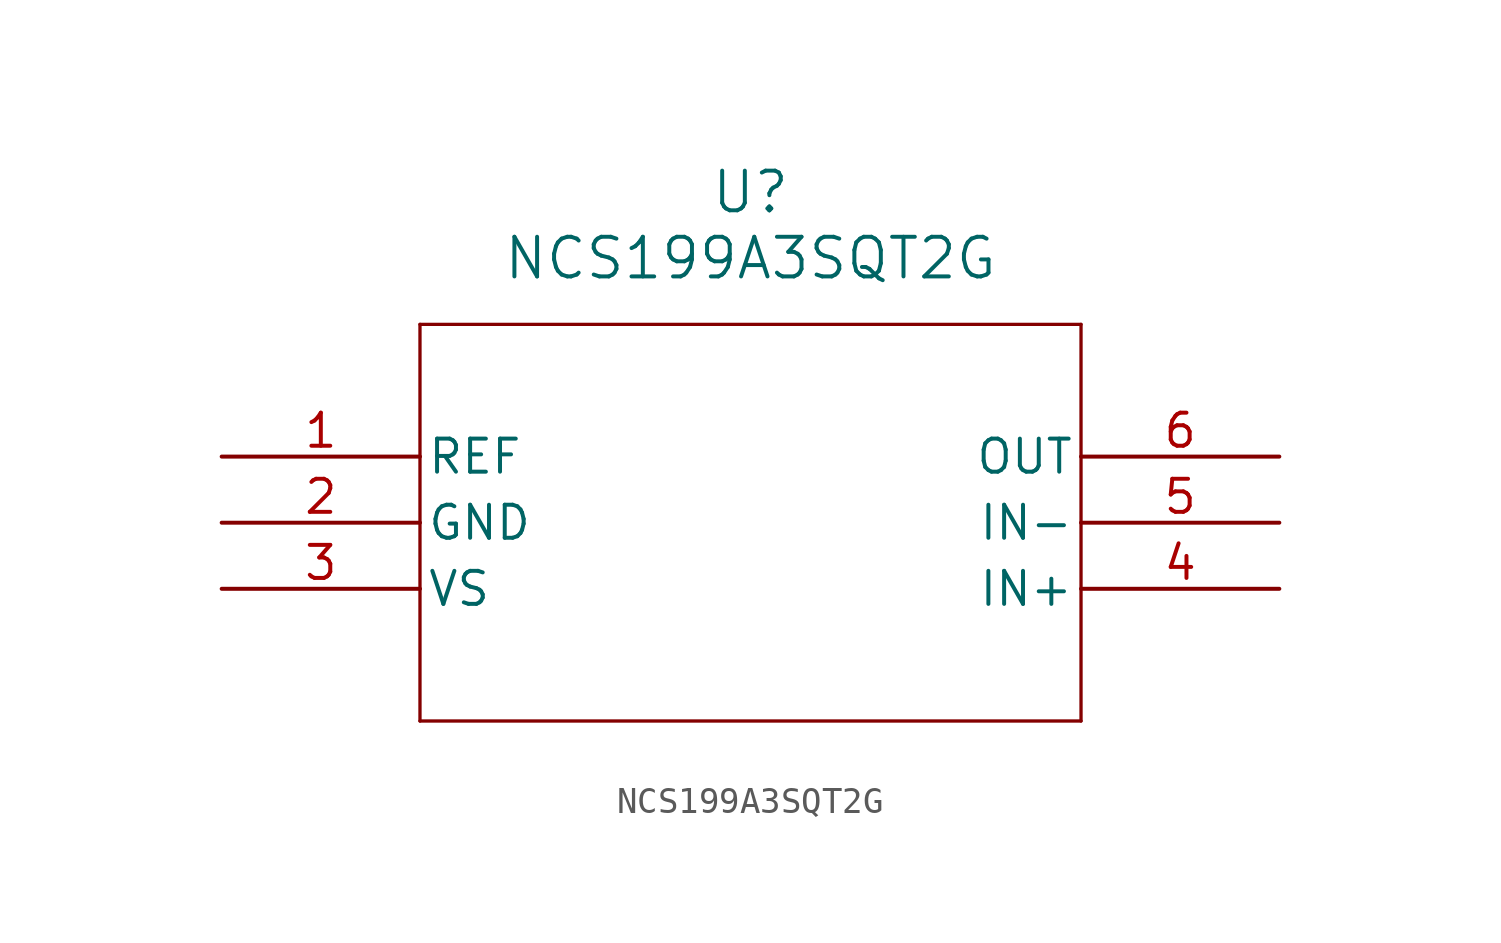
<source format=kicad_sym>
(kicad_symbol_lib
  (version 20211014)
  (generator kicad_symbol_editor)
  (symbol "NCS199A3SQT2G"
    (pin_names
      (offset 0.254))
    (property "Reference" "U"
      (at 20.32 10.16 0)
      (effects (font (size 1.524 1.524))))
    (property "Value" "NCS199A3SQT2G"
      (at 20.32 7.62 0)
      (effects (font (size 1.524 1.524))))
    (symbol "NCS199A3SQT2G_0_1"
      (polyline (pts (xy 7.62 5.08) (xy 7.62 -10.16)) (stroke (width 0.127) (type default) (color 0 0 0 0)) (fill (type none)))
      (polyline (pts (xy 7.62 -10.16) (xy 33.02 -10.16)) (stroke (width 0.127) (type default) (color 0 0 0 0)) (fill (type none)))
      (polyline (pts (xy 33.02 -10.16) (xy 33.02 5.08)) (stroke (width 0.127) (type default) (color 0 0 0 0)) (fill (type none)))
      (polyline (pts (xy 33.02 5.08) (xy 7.62 5.08)) (stroke (width 0.127) (type default) (color 0 0 0 0)) (fill (type none)))
      (pin unspecified line (at 0 0 0) (length 7.62) (name "REF" (effects (font (size 1.27 1.27)))) (number "1" (effects (font (size 1.27 1.27)))))
      (pin power_out line (at 0 -2.54 0) (length 7.62) (name "GND" (effects (font (size 1.27 1.27)))) (number "2" (effects (font (size 1.27 1.27)))))
      (pin unspecified line (at 0 -5.08 0) (length 7.62) (name "VS" (effects (font (size 1.27 1.27)))) (number "3" (effects (font (size 1.27 1.27)))))
      (pin input line (at 40.64 -5.08 180) (length 7.62) (name "IN+" (effects (font (size 1.27 1.27)))) (number "4" (effects (font (size 1.27 1.27)))))
      (pin unspecified line (at 40.64 -2.54 180) (length 7.62) (name "IN-" (effects (font (size 1.27 1.27)))) (number "5" (effects (font (size 1.27 1.27)))))
      (pin output line (at 40.64 0 180) (length 7.62) (name "OUT" (effects (font (size 1.27 1.27)))) (number "6" (effects (font (size 1.27 1.27))))))))
</source>
